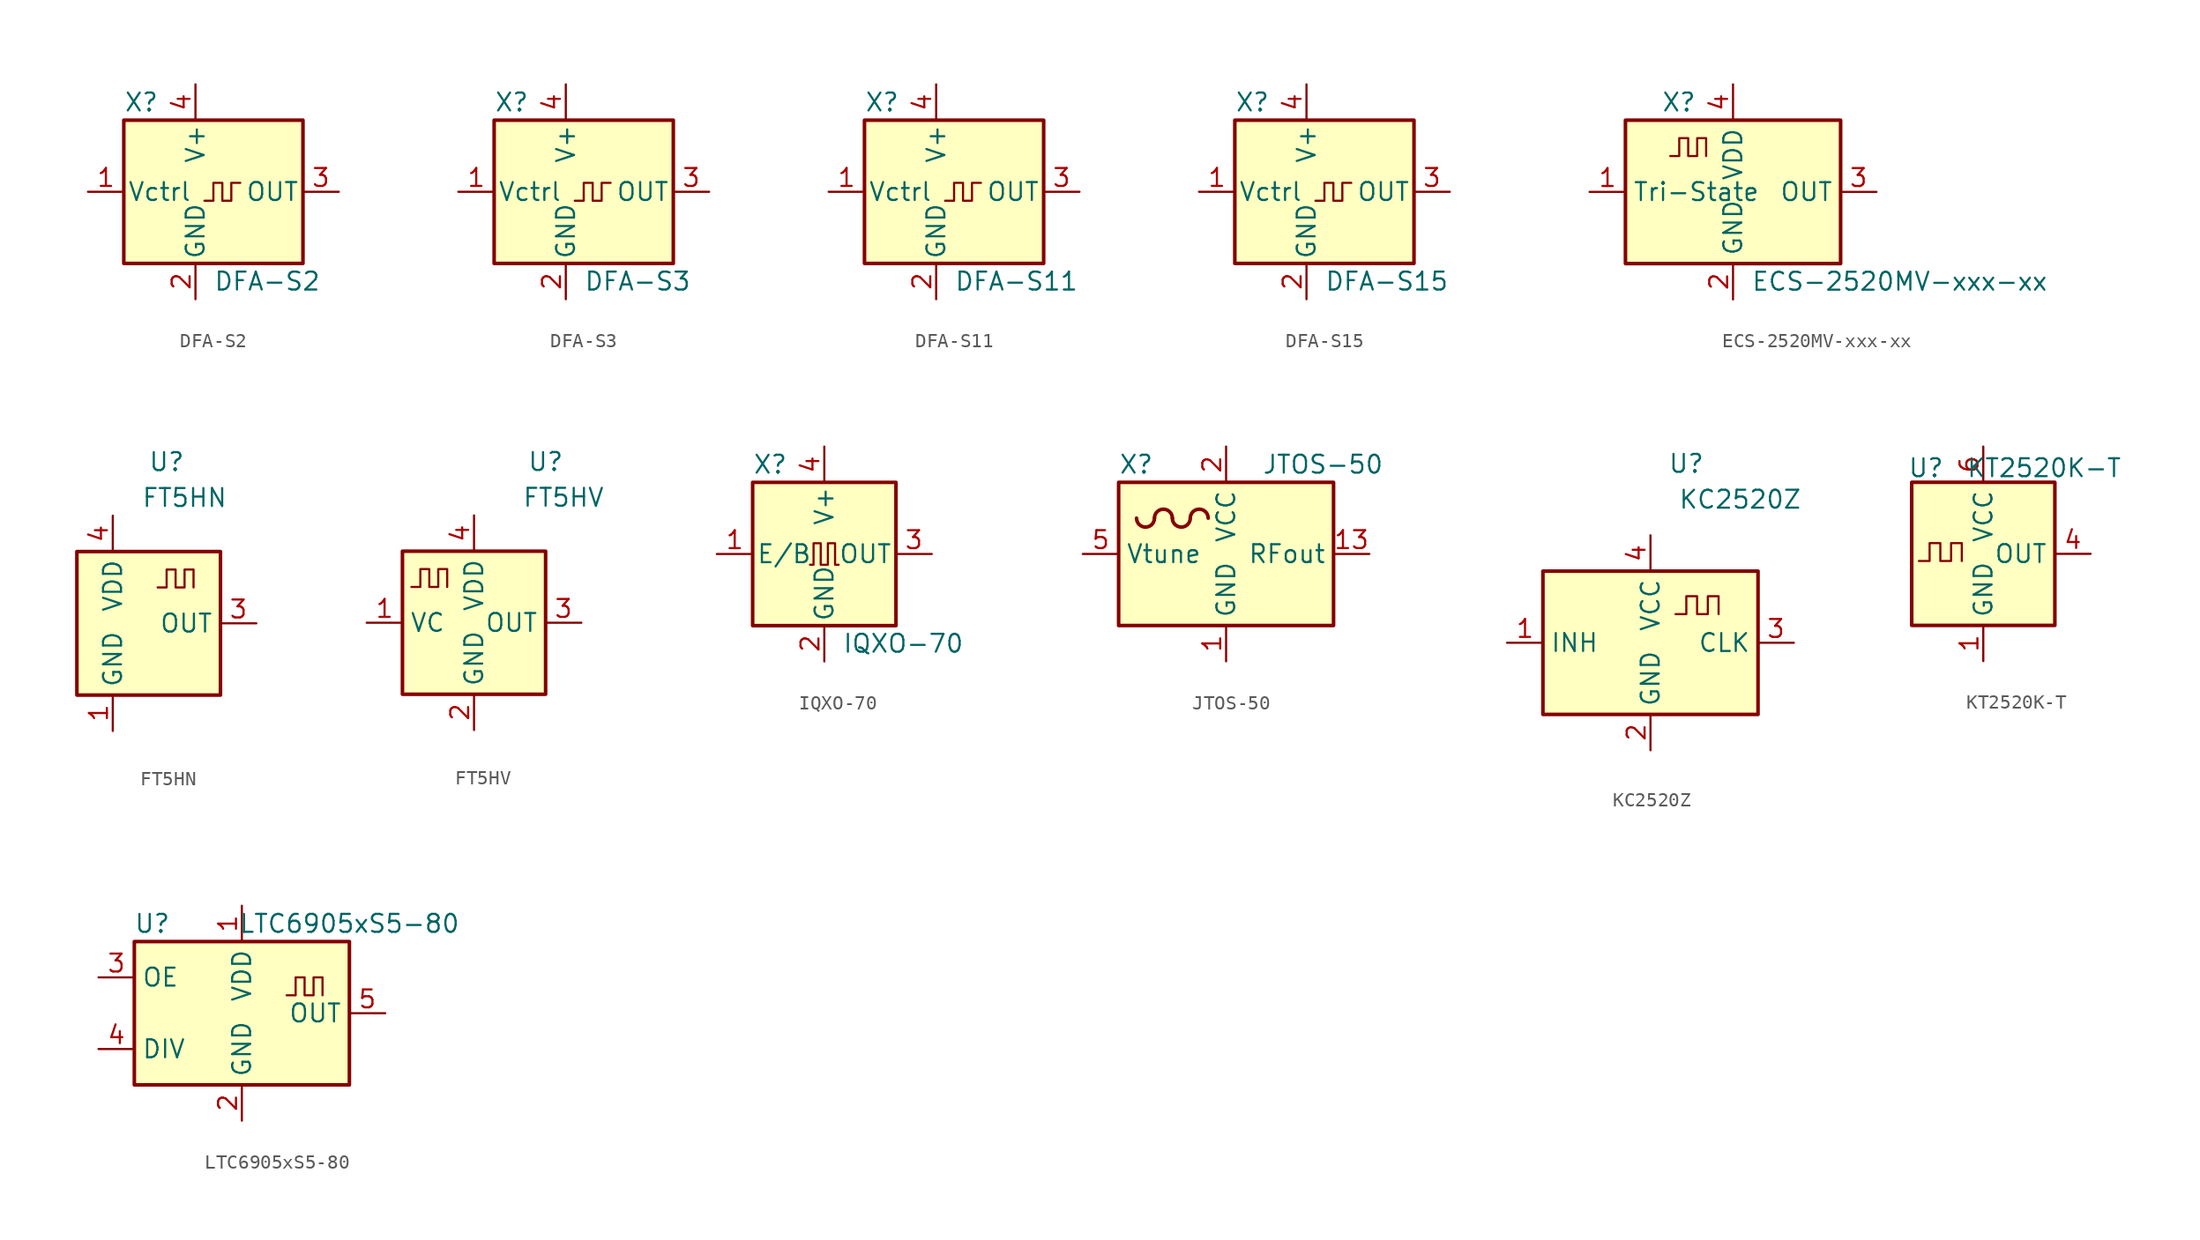
<source format=kicad_sym>
(kicad_symbol_lib
  (version 20241209)
  (generator "kicad_symbol_editor")
  (generator_version "9.0")
  (symbol "DFA-S2"
    (pin_names
      (offset 0.254))
    (property "Reference" "X"
      (at -5.08 6.35 0)
      (effects (font (size 1.27 1.27)) (justify left)))
    (property "Value" "DFA-S2"
      (at 1.27 -6.35 0)
      (effects (font (size 1.27 1.27)) (justify left)))
    (symbol "DFA-S2_0_1"
      (rectangle (start -5.08 5.08) (end 7.62 -5.08) (stroke (width 0.254) (type default)) (fill (type background)))
      (polyline (pts (xy 0.635 -0.635) (xy 1.27 -0.635) (xy 1.27 0.635) (xy 1.905 0.635) (xy 1.905 -0.635) (xy 2.54 -0.635) (xy 2.54 0.635) (xy 3.175 0.635)) (stroke (width 0) (type default)) (fill (type none))))
    (symbol "DFA-S2_1_1"
      (pin input line (at -7.62 0 0) (length 2.54) (name "Vctrl" (effects (font (size 1.27 1.27)))) (number "1" (effects (font (size 1.27 1.27)))))
      (pin power_in line (at 0 7.62 270) (length 2.54) (name "V+" (effects (font (size 1.27 1.27)))) (number "4" (effects (font (size 1.27 1.27)))))
      (pin power_in line (at 0 -7.62 90) (length 2.54) (name "GND" (effects (font (size 1.27 1.27)))) (number "2" (effects (font (size 1.27 1.27)))))
      (pin output line (at 10.16 0 180) (length 2.54) (name "OUT" (effects (font (size 1.27 1.27)))) (number "3" (effects (font (size 1.27 1.27)))))))
  (symbol "DFA-S3"
    (pin_names
      (offset 0.254))
    (property "Reference" "X"
      (at -5.08 6.35 0)
      (effects (font (size 1.27 1.27)) (justify left)))
    (property "Value" "DFA-S3"
      (at 1.27 -6.35 0)
      (effects (font (size 1.27 1.27)) (justify left)))
    (symbol "DFA-S3_0_1"
      (rectangle (start -5.08 5.08) (end 7.62 -5.08) (stroke (width 0.254) (type default)) (fill (type background)))
      (polyline (pts (xy 0.635 -0.635) (xy 1.27 -0.635) (xy 1.27 0.635) (xy 1.905 0.635) (xy 1.905 -0.635) (xy 2.54 -0.635) (xy 2.54 0.635) (xy 3.175 0.635)) (stroke (width 0) (type default)) (fill (type none))))
    (symbol "DFA-S3_1_1"
      (pin input line (at -7.62 0 0) (length 2.54) (name "Vctrl" (effects (font (size 1.27 1.27)))) (number "1" (effects (font (size 1.27 1.27)))))
      (pin power_in line (at 0 7.62 270) (length 2.54) (name "V+" (effects (font (size 1.27 1.27)))) (number "4" (effects (font (size 1.27 1.27)))))
      (pin power_in line (at 0 -7.62 90) (length 2.54) (name "GND" (effects (font (size 1.27 1.27)))) (number "2" (effects (font (size 1.27 1.27)))))
      (pin output line (at 10.16 0 180) (length 2.54) (name "OUT" (effects (font (size 1.27 1.27)))) (number "3" (effects (font (size 1.27 1.27)))))))
  (symbol "DFA-S11"
    (pin_names
      (offset 0.254))
    (property "Reference" "X"
      (at -5.08 6.35 0)
      (effects (font (size 1.27 1.27)) (justify left)))
    (property "Value" "DFA-S11"
      (at 1.27 -6.35 0)
      (effects (font (size 1.27 1.27)) (justify left)))
    (symbol "DFA-S11_0_1"
      (rectangle (start -5.08 5.08) (end 7.62 -5.08) (stroke (width 0.254) (type default)) (fill (type background)))
      (polyline (pts (xy 0.635 -0.635) (xy 1.27 -0.635) (xy 1.27 0.635) (xy 1.905 0.635) (xy 1.905 -0.635) (xy 2.54 -0.635) (xy 2.54 0.635) (xy 3.175 0.635)) (stroke (width 0) (type default)) (fill (type none))))
    (symbol "DFA-S11_1_1"
      (pin input line (at -7.62 0 0) (length 2.54) (name "Vctrl" (effects (font (size 1.27 1.27)))) (number "1" (effects (font (size 1.27 1.27)))))
      (pin power_in line (at 0 7.62 270) (length 2.54) (name "V+" (effects (font (size 1.27 1.27)))) (number "4" (effects (font (size 1.27 1.27)))))
      (pin power_in line (at 0 -7.62 90) (length 2.54) (name "GND" (effects (font (size 1.27 1.27)))) (number "2" (effects (font (size 1.27 1.27)))))
      (pin output line (at 10.16 0 180) (length 2.54) (name "OUT" (effects (font (size 1.27 1.27)))) (number "3" (effects (font (size 1.27 1.27)))))))
  (symbol "DFA-S15"
    (pin_names
      (offset 0.254))
    (property "Reference" "X"
      (at -5.08 6.35 0)
      (effects (font (size 1.27 1.27)) (justify left)))
    (property "Value" "DFA-S15"
      (at 1.27 -6.35 0)
      (effects (font (size 1.27 1.27)) (justify left)))
    (symbol "DFA-S15_0_1"
      (rectangle (start -5.08 5.08) (end 7.62 -5.08) (stroke (width 0.254) (type default)) (fill (type background)))
      (polyline (pts (xy 0.635 -0.635) (xy 1.27 -0.635) (xy 1.27 0.635) (xy 1.905 0.635) (xy 1.905 -0.635) (xy 2.54 -0.635) (xy 2.54 0.635) (xy 3.175 0.635)) (stroke (width 0) (type default)) (fill (type none))))
    (symbol "DFA-S15_1_1"
      (pin input line (at -7.62 0 0) (length 2.54) (name "Vctrl" (effects (font (size 1.27 1.27)))) (number "1" (effects (font (size 1.27 1.27)))))
      (pin power_in line (at 0 7.62 270) (length 2.54) (name "V+" (effects (font (size 1.27 1.27)))) (number "4" (effects (font (size 1.27 1.27)))))
      (pin power_in line (at 0 -7.62 90) (length 2.54) (name "GND" (effects (font (size 1.27 1.27)))) (number "2" (effects (font (size 1.27 1.27)))))
      (pin output line (at 10.16 0 180) (length 2.54) (name "OUT" (effects (font (size 1.27 1.27)))) (number "3" (effects (font (size 1.27 1.27)))))))
  (symbol "ECS-2520MV-xxx-xx"
    (property "Reference" "X"
      (at -5.08 6.35 0)
      (effects (font (size 1.27 1.27)) (justify left)))
    (property "Value" "ECS-2520MV-xxx-xx"
      (at 1.27 -6.35 0)
      (effects (font (size 1.27 1.27)) (justify left)))
    (symbol "ECS-2520MV-xxx-xx_0_1"
      (rectangle (start -7.62 5.08) (end 7.62 -5.08) (stroke (width 0.254) (type default)) (fill (type background)))
      (polyline (pts (xy -4.445 2.54) (xy -3.81 2.54) (xy -3.81 3.81) (xy -3.175 3.81) (xy -3.175 2.54) (xy -2.54 2.54) (xy -2.54 3.81) (xy -1.905 3.81) (xy -1.905 2.54)) (stroke (width 0) (type default)) (fill (type none))))
    (symbol "ECS-2520MV-xxx-xx_1_1"
      (pin input line (at -10.16 0 0) (length 2.54) (name "Tri-State" (effects (font (size 1.27 1.27)))) (number "1" (effects (font (size 1.27 1.27)))))
      (pin power_in line (at 0 7.62 270) (length 2.54) (name "VDD" (effects (font (size 1.27 1.27)))) (number "4" (effects (font (size 1.27 1.27)))))
      (pin power_in line (at 0 -7.62 90) (length 2.54) (name "GND" (effects (font (size 1.27 1.27)))) (number "2" (effects (font (size 1.27 1.27)))))
      (pin output line (at 10.16 0 180) (length 2.54) (name "OUT" (effects (font (size 1.27 1.27)))) (number "3" (effects (font (size 1.27 1.27)))))))
  (symbol "FT5HN"
    (property "Reference" "U"
      (at 1.27 11.43 0)
      (effects (font (size 1.27 1.27))))
    (property "Value" "FT5HN"
      (at 2.54 8.89 0)
      (effects (font (size 1.27 1.27))))
    (symbol "FT5HN_0_1"
      (rectangle (start -5.08 5.08) (end 5.08 -5.08) (stroke (width 0.254) (type default)) (fill (type background)))
      (polyline (pts (xy 0.635 2.54) (xy 1.27 2.54) (xy 1.27 3.81) (xy 1.905 3.81) (xy 1.905 2.54) (xy 2.54 2.54) (xy 2.54 3.81) (xy 3.175 3.81) (xy 3.175 2.54)) (stroke (width 0) (type default)) (fill (type none))))
    (symbol "FT5HN_1_1"
      (pin power_in line (at -2.54 7.62 270) (length 2.54) (name "VDD" (effects (font (size 1.27 1.27)))) (number "4" (effects (font (size 1.27 1.27)))))
      (pin power_in line (at -2.54 -7.62 90) (length 2.54) (name "GND" (effects (font (size 1.27 1.27)))) (number "1" (effects (font (size 1.27 1.27)))))
      (pin passive line (at -2.54 -7.62 90) (length 2.54) hide (name "GND" (effects (font (size 1.27 1.27)))) (number "2" (effects (font (size 1.27 1.27)))))
      (pin output line (at 7.62 0 180) (length 2.54) (name "OUT" (effects (font (size 1.27 1.27)))) (number "3" (effects (font (size 1.27 1.27)))))))
  (symbol "FT5HV"
    (property "Reference" "U"
      (at 5.08 11.43 0)
      (effects (font (size 1.27 1.27))))
    (property "Value" "FT5HV"
      (at 6.35 8.89 0)
      (effects (font (size 1.27 1.27))))
    (symbol "FT5HV_0_1"
      (rectangle (start -5.08 5.08) (end 5.08 -5.08) (stroke (width 0.254) (type default)) (fill (type background)))
      (polyline (pts (xy -4.445 2.54) (xy -3.81 2.54) (xy -3.81 3.81) (xy -3.175 3.81) (xy -3.175 2.54) (xy -2.54 2.54) (xy -2.54 3.81) (xy -1.905 3.81) (xy -1.905 2.54)) (stroke (width 0) (type default)) (fill (type none))))
    (symbol "FT5HV_1_1"
      (pin input line (at -7.62 0 0) (length 2.54) (name "VC" (effects (font (size 1.27 1.27)))) (number "1" (effects (font (size 1.27 1.27)))))
      (pin power_in line (at 0 7.62 270) (length 2.54) (name "VDD" (effects (font (size 1.27 1.27)))) (number "4" (effects (font (size 1.27 1.27)))))
      (pin power_in line (at 0 -7.62 90) (length 2.54) (name "GND" (effects (font (size 1.27 1.27)))) (number "2" (effects (font (size 1.27 1.27)))))
      (pin output line (at 7.62 0 180) (length 2.54) (name "OUT" (effects (font (size 1.27 1.27)))) (number "3" (effects (font (size 1.27 1.27)))))))
  (symbol "IQXO-70"
    (pin_names
      (offset 0.254))
    (property "Reference" "X"
      (at -5.08 6.35 0)
      (effects (font (size 1.27 1.27)) (justify left)))
    (property "Value" "IQXO-70"
      (at 1.27 -6.35 0)
      (effects (font (size 1.27 1.27)) (justify left)))
    (symbol "IQXO-70_0_1"
      (rectangle (start -5.08 5.08) (end 5.08 -5.08) (stroke (width 0.254) (type default)) (fill (type background)))
      (polyline (pts (xy -1.016 -0.762) (xy -0.762 -0.762) (xy -0.762 0.762) (xy -0.254 0.762) (xy -0.254 -0.762) (xy 0.254 -0.762) (xy 0.254 0.762) (xy 0.762 0.762) (xy 0.762 -0.762) (xy 1.016 -0.762)) (stroke (width 0) (type default)) (fill (type none))))
    (symbol "IQXO-70_1_1"
      (pin input line (at -7.62 0 0) (length 2.54) (name "E/B" (effects (font (size 1.27 1.27)))) (number "1" (effects (font (size 1.27 1.27)))))
      (pin power_in line (at 0 7.62 270) (length 2.54) (name "V+" (effects (font (size 1.27 1.27)))) (number "4" (effects (font (size 1.27 1.27)))))
      (pin power_in line (at 0 -7.62 90) (length 2.54) (name "GND" (effects (font (size 1.27 1.27)))) (number "2" (effects (font (size 1.27 1.27)))))
      (pin output line (at 7.62 0 180) (length 2.54) (name "OUT" (effects (font (size 1.27 1.27)))) (number "3" (effects (font (size 1.27 1.27)))))))
  (symbol "JTOS-50"
    (property "Reference" "X"
      (at -7.62 6.35 0)
      (effects (font (size 1.27 1.27)) (justify left)))
    (property "Value" "JTOS-50"
      (at 2.54 6.35 0)
      (effects (font (size 1.27 1.27)) (justify left)))
    (symbol "JTOS-50_0_1"
      (rectangle (start -7.62 5.08) (end 7.62 -5.08) (stroke (width 0.254) (type default)) (fill (type background)))
      (arc (start -5.08 2.54) (mid -5.715 1.9077) (end -6.35 2.54) (stroke (width 0.254) (type default)) (fill (type none)))
      (arc (start -5.08 2.54) (mid -4.445 3.1723) (end -3.81 2.54) (stroke (width 0.254) (type default)) (fill (type none)))
      (arc (start -2.54 2.54) (mid -3.175 1.9077) (end -3.81 2.54) (stroke (width 0.254) (type default)) (fill (type none)))
      (arc (start -2.54 2.54) (mid -1.905 3.1723) (end -1.27 2.54) (stroke (width 0.254) (type default)) (fill (type none))))
    (symbol "JTOS-50_1_1"
      (pin input line (at -10.16 0 0) (length 2.54) (name "Vtune" (effects (font (size 1.27 1.27)))) (number "5" (effects (font (size 1.27 1.27)))))
      (pin power_in line (at 0 7.62 270) (length 2.54) (name "VCC" (effects (font (size 1.27 1.27)))) (number "2" (effects (font (size 1.27 1.27)))))
      (pin power_in line (at 0 -7.62 90) (length 2.54) (name "GND" (effects (font (size 1.27 1.27)))) (number "1" (effects (font (size 1.27 1.27)))))
      (pin passive line (at 0 -7.62 90) (length 2.54) hide (name "GND" (effects (font (size 1.27 1.27)))) (number "10" (effects (font (size 1.27 1.27)))))
      (pin passive line (at 0 -7.62 90) (length 2.54) hide (name "GND" (effects (font (size 1.27 1.27)))) (number "11" (effects (font (size 1.27 1.27)))))
      (pin passive line (at 0 -7.62 90) (length 2.54) hide (name "GND" (effects (font (size 1.27 1.27)))) (number "12" (effects (font (size 1.27 1.27)))))
      (pin passive line (at 0 -7.62 90) (length 2.54) hide (name "GND" (effects (font (size 1.27 1.27)))) (number "14" (effects (font (size 1.27 1.27)))))
      (pin passive line (at 0 -7.62 90) (length 2.54) hide (name "GND" (effects (font (size 1.27 1.27)))) (number "3" (effects (font (size 1.27 1.27)))))
      (pin passive line (at 0 -7.62 90) (length 2.54) hide (name "GND" (effects (font (size 1.27 1.27)))) (number "4" (effects (font (size 1.27 1.27)))))
      (pin passive line (at 0 -7.62 90) (length 2.54) hide (name "GND" (effects (font (size 1.27 1.27)))) (number "6" (effects (font (size 1.27 1.27)))))
      (pin passive line (at 0 -7.62 90) (length 2.54) hide (name "GND" (effects (font (size 1.27 1.27)))) (number "7" (effects (font (size 1.27 1.27)))))
      (pin passive line (at 0 -7.62 90) (length 2.54) hide (name "GND" (effects (font (size 1.27 1.27)))) (number "8" (effects (font (size 1.27 1.27)))))
      (pin passive line (at 0 -7.62 90) (length 2.54) hide (name "GND" (effects (font (size 1.27 1.27)))) (number "9" (effects (font (size 1.27 1.27)))))
      (pin output line (at 10.16 0 180) (length 2.54) (name "RFout" (effects (font (size 1.27 1.27)))) (number "13" (effects (font (size 1.27 1.27)))))))
  (symbol "KC2520Z"
    (property "Reference" "U"
      (at 2.54 12.7 0)
      (effects (font (size 1.27 1.27))))
    (property "Value" "KC2520Z"
      (at 6.35 10.16 0)
      (effects (font (size 1.27 1.27))))
    (symbol "KC2520Z_0_1"
      (rectangle (start -7.62 5.08) (end 7.62 -5.08) (stroke (width 0.254) (type default)) (fill (type background))))
    (symbol "KC2520Z_1_1"
      (polyline (pts (xy 1.778 2.032) (xy 2.54 2.032) (xy 2.54 3.302) (xy 3.302 3.302) (xy 3.302 2.032) (xy 4.064 2.032) (xy 4.064 3.302) (xy 4.826 3.302) (xy 4.826 2.032)) (stroke (width 0) (type default)) (fill (type none)))
      (pin input line (at -10.16 0 0) (length 2.54) (name "INH" (effects (font (size 1.27 1.27)))) (number "1" (effects (font (size 1.27 1.27)))))
      (pin power_in line (at 0 7.62 270) (length 2.54) (name "VCC" (effects (font (size 1.27 1.27)))) (number "4" (effects (font (size 1.27 1.27)))))
      (pin power_in line (at 0 -7.62 90) (length 2.54) (name "GND" (effects (font (size 1.27 1.27)))) (number "2" (effects (font (size 1.27 1.27)))))
      (pin output line (at 10.16 0 180) (length 2.54) (name "CLK" (effects (font (size 1.27 1.27)))) (number "3" (effects (font (size 1.27 1.27)))))))
  (symbol "KT2520K-T"
    (property "Reference" "U"
      (at -4.064 6.096 0)
      (effects (font (size 1.27 1.27))))
    (property "Value" "KT2520K-T"
      (at 4.318 6.096 0)
      (effects (font (size 1.27 1.27))))
    (symbol "KT2520K-T_0_1"
      (rectangle (start -5.08 5.08) (end 5.08 -5.08) (stroke (width 0.254) (type default)) (fill (type background)))
      (polyline (pts (xy -4.572 -0.508) (xy -3.81 -0.508) (xy -3.81 0.762) (xy -3.048 0.762) (xy -3.048 -0.508) (xy -2.286 -0.508) (xy -2.286 0.762) (xy -1.524 0.762) (xy -1.524 -0.508)) (stroke (width 0) (type default)) (fill (type none))))
    (symbol "KT2520K-T_1_1"
      (pin no_connect line (at -5.08 2.54 0) (length 2.54) hide (name "NC" (effects (font (size 1.27 1.27)))) (number "2" (effects (font (size 1.27 1.27)))))
      (pin no_connect line (at -5.08 -2.54 0) (length 2.54) hide (name "NC" (effects (font (size 1.27 1.27)))) (number "5" (effects (font (size 1.27 1.27)))))
      (pin power_in line (at 0 7.62 270) (length 2.54) (name "VCC" (effects (font (size 1.27 1.27)))) (number "6" (effects (font (size 1.27 1.27)))))
      (pin power_in line (at 0 -7.62 90) (length 2.54) (name "GND" (effects (font (size 1.27 1.27)))) (number "1" (effects (font (size 1.27 1.27)))))
      (pin passive line (at 0 -7.62 90) (length 2.54) hide (name "GND" (effects (font (size 1.27 1.27)))) (number "3" (effects (font (size 1.27 1.27)))))
      (pin output line (at 7.62 0 180) (length 2.54) (name "OUT" (effects (font (size 1.27 1.27)))) (number "4" (effects (font (size 1.27 1.27)))))))
  (symbol "LTC6905xS5-80"
    (property "Reference" "U"
      (at -6.35 6.35 0)
      (effects (font (size 1.27 1.27))))
    (property "Value" "LTC6905xS5-80"
      (at 7.62 6.35 0)
      (effects (font (size 1.27 1.27))))
    (symbol "LTC6905xS5-80_1_1"
      (rectangle (start -7.62 5.08) (end 7.62 -5.08) (stroke (width 0.254) (type default)) (fill (type background)))
      (polyline (pts (xy 3.175 1.27) (xy 3.81 1.27) (xy 3.81 2.54) (xy 4.445 2.54) (xy 4.445 1.27) (xy 5.08 1.27) (xy 5.08 2.54) (xy 5.715 2.54) (xy 5.715 1.27)) (stroke (width 0) (type default)) (fill (type none)))
      (pin input line (at -10.16 2.54 0) (length 2.54) (name "OE" (effects (font (size 1.27 1.27)))) (number "3" (effects (font (size 1.27 1.27)))))
      (pin input line (at -10.16 -2.54 0) (length 2.54) (name "DIV" (effects (font (size 1.27 1.27)))) (number "4" (effects (font (size 1.27 1.27)))))
      (pin power_in line (at 0 7.62 270) (length 2.54) (name "VDD" (effects (font (size 1.27 1.27)))) (number "1" (effects (font (size 1.27 1.27)))))
      (pin power_in line (at 0 -7.62 90) (length 2.54) (name "GND" (effects (font (size 1.27 1.27)))) (number "2" (effects (font (size 1.27 1.27)))))
      (pin output line (at 10.16 0 180) (length 2.54) (name "OUT" (effects (font (size 1.27 1.27)))) (number "5" (effects (font (size 1.27 1.27))))))))
</source>
